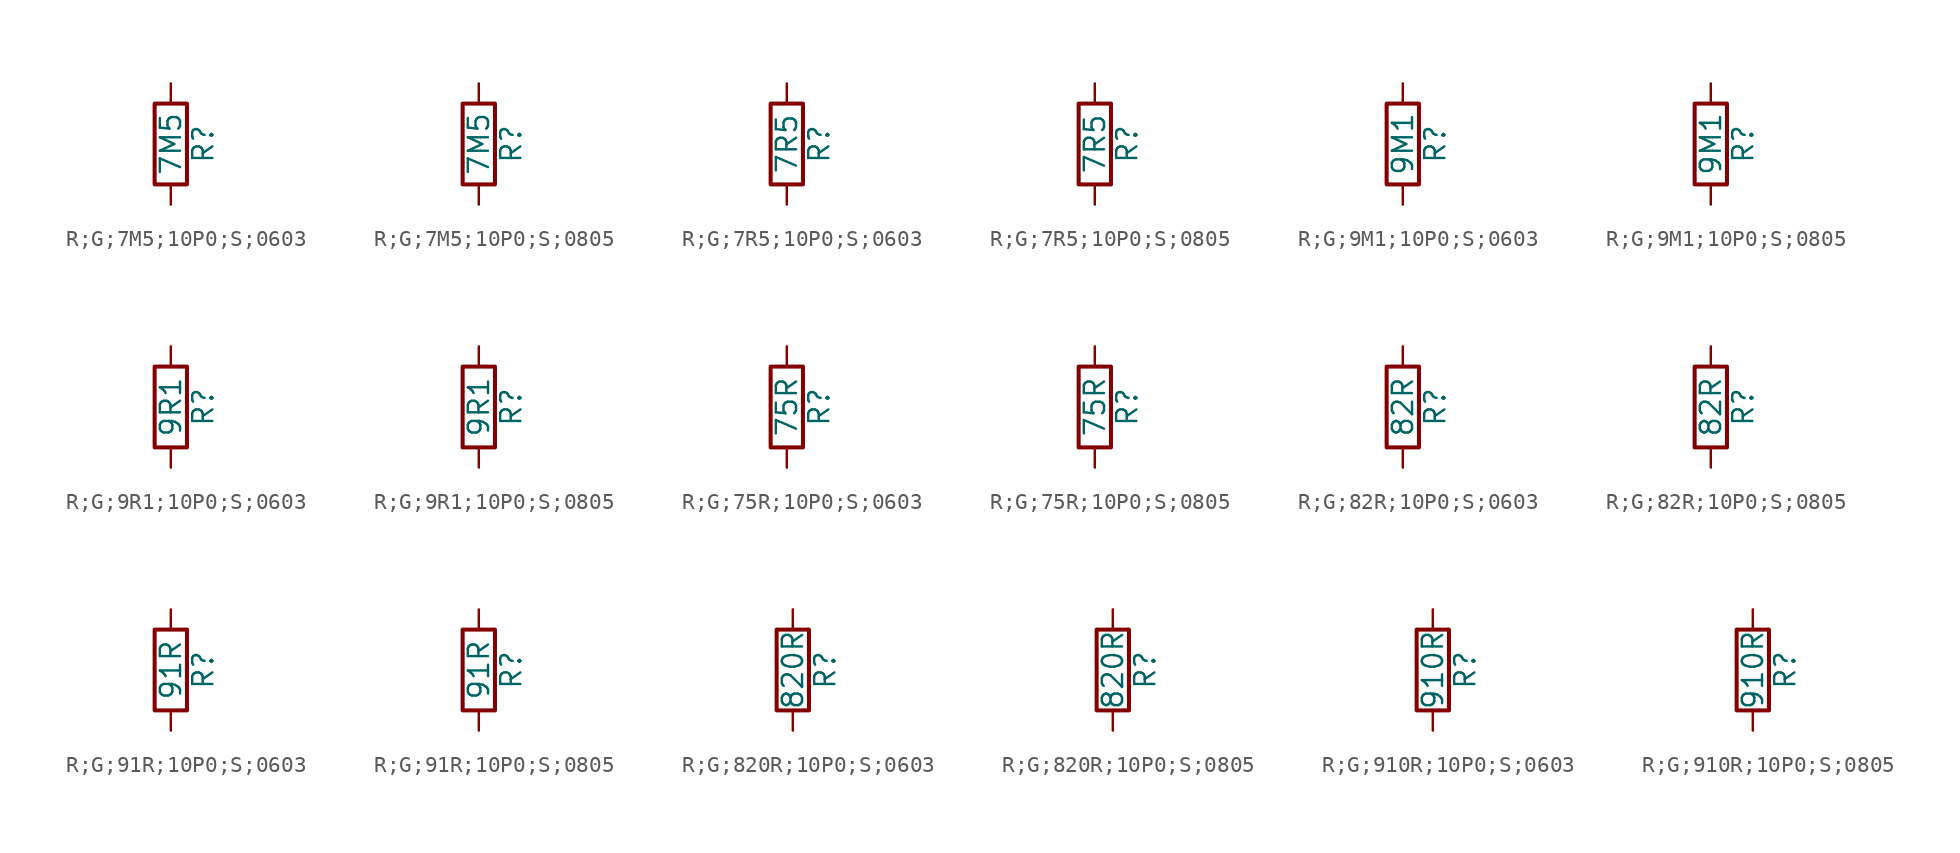
<source format=kicad_sym>
(kicad_symbol_lib
  (version 20231120)
  (generator "kicad_symbol_editor")
  (generator_version "8.0")
  (symbol "R;G;7M5;10P0;S;0603"
    (pin_numbers hide)
    (pin_names
      (offset 0))
    (property "Reference" "R"
      (at 2.032 0 90)
      (effects (font (size 1.27 1.27))))
    (property "Value" "7M5"
      (at 0 0 90)
      (effects (font (size 1.27 1.27))))
    (symbol "R;G;7M5;10P0;S;0603_0_1"
      (rectangle (start -1.016 -2.54) (end 1.016 2.54) (stroke (width 0.254) (type default)) (fill (type none))))
    (symbol "R;G;7M5;10P0;S;0603_1_1"
      (pin passive line (at 0 3.81 270) (length 1.27) (name "~" (effects (font (size 1.27 1.27)))) (number "1" (effects (font (size 1.27 1.27)))))
      (pin passive line (at 0 -3.81 90) (length 1.27) (name "~" (effects (font (size 1.27 1.27)))) (number "2" (effects (font (size 1.27 1.27)))))))
  (symbol "R;G;7M5;10P0;S;0805"
    (pin_numbers hide)
    (pin_names
      (offset 0))
    (property "Reference" "R"
      (at 2.032 0 90)
      (effects (font (size 1.27 1.27))))
    (property "Value" "7M5"
      (at 0 0 90)
      (effects (font (size 1.27 1.27))))
    (symbol "R;G;7M5;10P0;S;0805_0_1"
      (rectangle (start -1.016 -2.54) (end 1.016 2.54) (stroke (width 0.254) (type default)) (fill (type none))))
    (symbol "R;G;7M5;10P0;S;0805_1_1"
      (pin passive line (at 0 3.81 270) (length 1.27) (name "~" (effects (font (size 1.27 1.27)))) (number "1" (effects (font (size 1.27 1.27)))))
      (pin passive line (at 0 -3.81 90) (length 1.27) (name "~" (effects (font (size 1.27 1.27)))) (number "2" (effects (font (size 1.27 1.27)))))))
  (symbol "R;G;7R5;10P0;S;0603"
    (pin_numbers hide)
    (pin_names
      (offset 0))
    (property "Reference" "R"
      (at 2.032 0 90)
      (effects (font (size 1.27 1.27))))
    (property "Value" "7R5"
      (at 0 0 90)
      (effects (font (size 1.27 1.27))))
    (symbol "R;G;7R5;10P0;S;0603_0_1"
      (rectangle (start -1.016 -2.54) (end 1.016 2.54) (stroke (width 0.254) (type default)) (fill (type none))))
    (symbol "R;G;7R5;10P0;S;0603_1_1"
      (pin passive line (at 0 3.81 270) (length 1.27) (name "~" (effects (font (size 1.27 1.27)))) (number "1" (effects (font (size 1.27 1.27)))))
      (pin passive line (at 0 -3.81 90) (length 1.27) (name "~" (effects (font (size 1.27 1.27)))) (number "2" (effects (font (size 1.27 1.27)))))))
  (symbol "R;G;7R5;10P0;S;0805"
    (pin_numbers hide)
    (pin_names
      (offset 0))
    (property "Reference" "R"
      (at 2.032 0 90)
      (effects (font (size 1.27 1.27))))
    (property "Value" "7R5"
      (at 0 0 90)
      (effects (font (size 1.27 1.27))))
    (symbol "R;G;7R5;10P0;S;0805_0_1"
      (rectangle (start -1.016 -2.54) (end 1.016 2.54) (stroke (width 0.254) (type default)) (fill (type none))))
    (symbol "R;G;7R5;10P0;S;0805_1_1"
      (pin passive line (at 0 3.81 270) (length 1.27) (name "~" (effects (font (size 1.27 1.27)))) (number "1" (effects (font (size 1.27 1.27)))))
      (pin passive line (at 0 -3.81 90) (length 1.27) (name "~" (effects (font (size 1.27 1.27)))) (number "2" (effects (font (size 1.27 1.27)))))))
  (symbol "R;G;9M1;10P0;S;0603"
    (pin_numbers hide)
    (pin_names
      (offset 0))
    (property "Reference" "R"
      (at 2.032 0 90)
      (effects (font (size 1.27 1.27))))
    (property "Value" "9M1"
      (at 0 0 90)
      (effects (font (size 1.27 1.27))))
    (symbol "R;G;9M1;10P0;S;0603_0_1"
      (rectangle (start -1.016 -2.54) (end 1.016 2.54) (stroke (width 0.254) (type default)) (fill (type none))))
    (symbol "R;G;9M1;10P0;S;0603_1_1"
      (pin passive line (at 0 3.81 270) (length 1.27) (name "~" (effects (font (size 1.27 1.27)))) (number "1" (effects (font (size 1.27 1.27)))))
      (pin passive line (at 0 -3.81 90) (length 1.27) (name "~" (effects (font (size 1.27 1.27)))) (number "2" (effects (font (size 1.27 1.27)))))))
  (symbol "R;G;9M1;10P0;S;0805"
    (pin_numbers hide)
    (pin_names
      (offset 0))
    (property "Reference" "R"
      (at 2.032 0 90)
      (effects (font (size 1.27 1.27))))
    (property "Value" "9M1"
      (at 0 0 90)
      (effects (font (size 1.27 1.27))))
    (symbol "R;G;9M1;10P0;S;0805_0_1"
      (rectangle (start -1.016 -2.54) (end 1.016 2.54) (stroke (width 0.254) (type default)) (fill (type none))))
    (symbol "R;G;9M1;10P0;S;0805_1_1"
      (pin passive line (at 0 3.81 270) (length 1.27) (name "~" (effects (font (size 1.27 1.27)))) (number "1" (effects (font (size 1.27 1.27)))))
      (pin passive line (at 0 -3.81 90) (length 1.27) (name "~" (effects (font (size 1.27 1.27)))) (number "2" (effects (font (size 1.27 1.27)))))))
  (symbol "R;G;9R1;10P0;S;0603"
    (pin_numbers hide)
    (pin_names
      (offset 0))
    (property "Reference" "R"
      (at 2.032 0 90)
      (effects (font (size 1.27 1.27))))
    (property "Value" "9R1"
      (at 0 0 90)
      (effects (font (size 1.27 1.27))))
    (symbol "R;G;9R1;10P0;S;0603_0_1"
      (rectangle (start -1.016 -2.54) (end 1.016 2.54) (stroke (width 0.254) (type default)) (fill (type none))))
    (symbol "R;G;9R1;10P0;S;0603_1_1"
      (pin passive line (at 0 3.81 270) (length 1.27) (name "~" (effects (font (size 1.27 1.27)))) (number "1" (effects (font (size 1.27 1.27)))))
      (pin passive line (at 0 -3.81 90) (length 1.27) (name "~" (effects (font (size 1.27 1.27)))) (number "2" (effects (font (size 1.27 1.27)))))))
  (symbol "R;G;9R1;10P0;S;0805"
    (pin_numbers hide)
    (pin_names
      (offset 0))
    (property "Reference" "R"
      (at 2.032 0 90)
      (effects (font (size 1.27 1.27))))
    (property "Value" "9R1"
      (at 0 0 90)
      (effects (font (size 1.27 1.27))))
    (symbol "R;G;9R1;10P0;S;0805_0_1"
      (rectangle (start -1.016 -2.54) (end 1.016 2.54) (stroke (width 0.254) (type default)) (fill (type none))))
    (symbol "R;G;9R1;10P0;S;0805_1_1"
      (pin passive line (at 0 3.81 270) (length 1.27) (name "~" (effects (font (size 1.27 1.27)))) (number "1" (effects (font (size 1.27 1.27)))))
      (pin passive line (at 0 -3.81 90) (length 1.27) (name "~" (effects (font (size 1.27 1.27)))) (number "2" (effects (font (size 1.27 1.27)))))))
  (symbol "R;G;75R;10P0;S;0603"
    (pin_numbers hide)
    (pin_names
      (offset 0))
    (property "Reference" "R"
      (at 2.032 0 90)
      (effects (font (size 1.27 1.27))))
    (property "Value" "75R"
      (at 0 0 90)
      (effects (font (size 1.27 1.27))))
    (symbol "R;G;75R;10P0;S;0603_0_1"
      (rectangle (start -1.016 -2.54) (end 1.016 2.54) (stroke (width 0.254) (type default)) (fill (type none))))
    (symbol "R;G;75R;10P0;S;0603_1_1"
      (pin passive line (at 0 3.81 270) (length 1.27) (name "~" (effects (font (size 1.27 1.27)))) (number "1" (effects (font (size 1.27 1.27)))))
      (pin passive line (at 0 -3.81 90) (length 1.27) (name "~" (effects (font (size 1.27 1.27)))) (number "2" (effects (font (size 1.27 1.27)))))))
  (symbol "R;G;75R;10P0;S;0805"
    (pin_numbers hide)
    (pin_names
      (offset 0))
    (property "Reference" "R"
      (at 2.032 0 90)
      (effects (font (size 1.27 1.27))))
    (property "Value" "75R"
      (at 0 0 90)
      (effects (font (size 1.27 1.27))))
    (symbol "R;G;75R;10P0;S;0805_0_1"
      (rectangle (start -1.016 -2.54) (end 1.016 2.54) (stroke (width 0.254) (type default)) (fill (type none))))
    (symbol "R;G;75R;10P0;S;0805_1_1"
      (pin passive line (at 0 3.81 270) (length 1.27) (name "~" (effects (font (size 1.27 1.27)))) (number "1" (effects (font (size 1.27 1.27)))))
      (pin passive line (at 0 -3.81 90) (length 1.27) (name "~" (effects (font (size 1.27 1.27)))) (number "2" (effects (font (size 1.27 1.27)))))))
  (symbol "R;G;82R;10P0;S;0603"
    (pin_numbers hide)
    (pin_names
      (offset 0))
    (property "Reference" "R"
      (at 2.032 0 90)
      (effects (font (size 1.27 1.27))))
    (property "Value" "82R"
      (at 0 0 90)
      (effects (font (size 1.27 1.27))))
    (symbol "R;G;82R;10P0;S;0603_0_1"
      (rectangle (start -1.016 -2.54) (end 1.016 2.54) (stroke (width 0.254) (type default)) (fill (type none))))
    (symbol "R;G;82R;10P0;S;0603_1_1"
      (pin passive line (at 0 3.81 270) (length 1.27) (name "~" (effects (font (size 1.27 1.27)))) (number "1" (effects (font (size 1.27 1.27)))))
      (pin passive line (at 0 -3.81 90) (length 1.27) (name "~" (effects (font (size 1.27 1.27)))) (number "2" (effects (font (size 1.27 1.27)))))))
  (symbol "R;G;82R;10P0;S;0805"
    (pin_numbers hide)
    (pin_names
      (offset 0))
    (property "Reference" "R"
      (at 2.032 0 90)
      (effects (font (size 1.27 1.27))))
    (property "Value" "82R"
      (at 0 0 90)
      (effects (font (size 1.27 1.27))))
    (symbol "R;G;82R;10P0;S;0805_0_1"
      (rectangle (start -1.016 -2.54) (end 1.016 2.54) (stroke (width 0.254) (type default)) (fill (type none))))
    (symbol "R;G;82R;10P0;S;0805_1_1"
      (pin passive line (at 0 3.81 270) (length 1.27) (name "~" (effects (font (size 1.27 1.27)))) (number "1" (effects (font (size 1.27 1.27)))))
      (pin passive line (at 0 -3.81 90) (length 1.27) (name "~" (effects (font (size 1.27 1.27)))) (number "2" (effects (font (size 1.27 1.27)))))))
  (symbol "R;G;91R;10P0;S;0603"
    (pin_numbers hide)
    (pin_names
      (offset 0))
    (property "Reference" "R"
      (at 2.032 0 90)
      (effects (font (size 1.27 1.27))))
    (property "Value" "91R"
      (at 0 0 90)
      (effects (font (size 1.27 1.27))))
    (symbol "R;G;91R;10P0;S;0603_0_1"
      (rectangle (start -1.016 -2.54) (end 1.016 2.54) (stroke (width 0.254) (type default)) (fill (type none))))
    (symbol "R;G;91R;10P0;S;0603_1_1"
      (pin passive line (at 0 3.81 270) (length 1.27) (name "~" (effects (font (size 1.27 1.27)))) (number "1" (effects (font (size 1.27 1.27)))))
      (pin passive line (at 0 -3.81 90) (length 1.27) (name "~" (effects (font (size 1.27 1.27)))) (number "2" (effects (font (size 1.27 1.27)))))))
  (symbol "R;G;91R;10P0;S;0805"
    (pin_numbers hide)
    (pin_names
      (offset 0))
    (property "Reference" "R"
      (at 2.032 0 90)
      (effects (font (size 1.27 1.27))))
    (property "Value" "91R"
      (at 0 0 90)
      (effects (font (size 1.27 1.27))))
    (symbol "R;G;91R;10P0;S;0805_0_1"
      (rectangle (start -1.016 -2.54) (end 1.016 2.54) (stroke (width 0.254) (type default)) (fill (type none))))
    (symbol "R;G;91R;10P0;S;0805_1_1"
      (pin passive line (at 0 3.81 270) (length 1.27) (name "~" (effects (font (size 1.27 1.27)))) (number "1" (effects (font (size 1.27 1.27)))))
      (pin passive line (at 0 -3.81 90) (length 1.27) (name "~" (effects (font (size 1.27 1.27)))) (number "2" (effects (font (size 1.27 1.27)))))))
  (symbol "R;G;820R;10P0;S;0603"
    (pin_numbers hide)
    (pin_names
      (offset 0))
    (property "Reference" "R"
      (at 2.032 0 90)
      (effects (font (size 1.27 1.27))))
    (property "Value" "820R"
      (at 0 0 90)
      (effects (font (size 1.27 1.27))))
    (symbol "R;G;820R;10P0;S;0603_0_1"
      (rectangle (start -1.016 -2.54) (end 1.016 2.54) (stroke (width 0.254) (type default)) (fill (type none))))
    (symbol "R;G;820R;10P0;S;0603_1_1"
      (pin passive line (at 0 3.81 270) (length 1.27) (name "~" (effects (font (size 1.27 1.27)))) (number "1" (effects (font (size 1.27 1.27)))))
      (pin passive line (at 0 -3.81 90) (length 1.27) (name "~" (effects (font (size 1.27 1.27)))) (number "2" (effects (font (size 1.27 1.27)))))))
  (symbol "R;G;820R;10P0;S;0805"
    (pin_numbers hide)
    (pin_names
      (offset 0))
    (property "Reference" "R"
      (at 2.032 0 90)
      (effects (font (size 1.27 1.27))))
    (property "Value" "820R"
      (at 0 0 90)
      (effects (font (size 1.27 1.27))))
    (symbol "R;G;820R;10P0;S;0805_0_1"
      (rectangle (start -1.016 -2.54) (end 1.016 2.54) (stroke (width 0.254) (type default)) (fill (type none))))
    (symbol "R;G;820R;10P0;S;0805_1_1"
      (pin passive line (at 0 3.81 270) (length 1.27) (name "~" (effects (font (size 1.27 1.27)))) (number "1" (effects (font (size 1.27 1.27)))))
      (pin passive line (at 0 -3.81 90) (length 1.27) (name "~" (effects (font (size 1.27 1.27)))) (number "2" (effects (font (size 1.27 1.27)))))))
  (symbol "R;G;910R;10P0;S;0603"
    (pin_numbers hide)
    (pin_names
      (offset 0))
    (property "Reference" "R"
      (at 2.032 0 90)
      (effects (font (size 1.27 1.27))))
    (property "Value" "910R"
      (at 0 0 90)
      (effects (font (size 1.27 1.27))))
    (symbol "R;G;910R;10P0;S;0603_0_1"
      (rectangle (start -1.016 -2.54) (end 1.016 2.54) (stroke (width 0.254) (type default)) (fill (type none))))
    (symbol "R;G;910R;10P0;S;0603_1_1"
      (pin passive line (at 0 3.81 270) (length 1.27) (name "~" (effects (font (size 1.27 1.27)))) (number "1" (effects (font (size 1.27 1.27)))))
      (pin passive line (at 0 -3.81 90) (length 1.27) (name "~" (effects (font (size 1.27 1.27)))) (number "2" (effects (font (size 1.27 1.27)))))))
  (symbol "R;G;910R;10P0;S;0805"
    (pin_numbers hide)
    (pin_names
      (offset 0))
    (property "Reference" "R"
      (at 2.032 0 90)
      (effects (font (size 1.27 1.27))))
    (property "Value" "910R"
      (at 0 0 90)
      (effects (font (size 1.27 1.27))))
    (symbol "R;G;910R;10P0;S;0805_0_1"
      (rectangle (start -1.016 -2.54) (end 1.016 2.54) (stroke (width 0.254) (type default)) (fill (type none))))
    (symbol "R;G;910R;10P0;S;0805_1_1"
      (pin passive line (at 0 3.81 270) (length 1.27) (name "~" (effects (font (size 1.27 1.27)))) (number "1" (effects (font (size 1.27 1.27)))))
      (pin passive line (at 0 -3.81 90) (length 1.27) (name "~" (effects (font (size 1.27 1.27)))) (number "2" (effects (font (size 1.27 1.27))))))))
</source>
